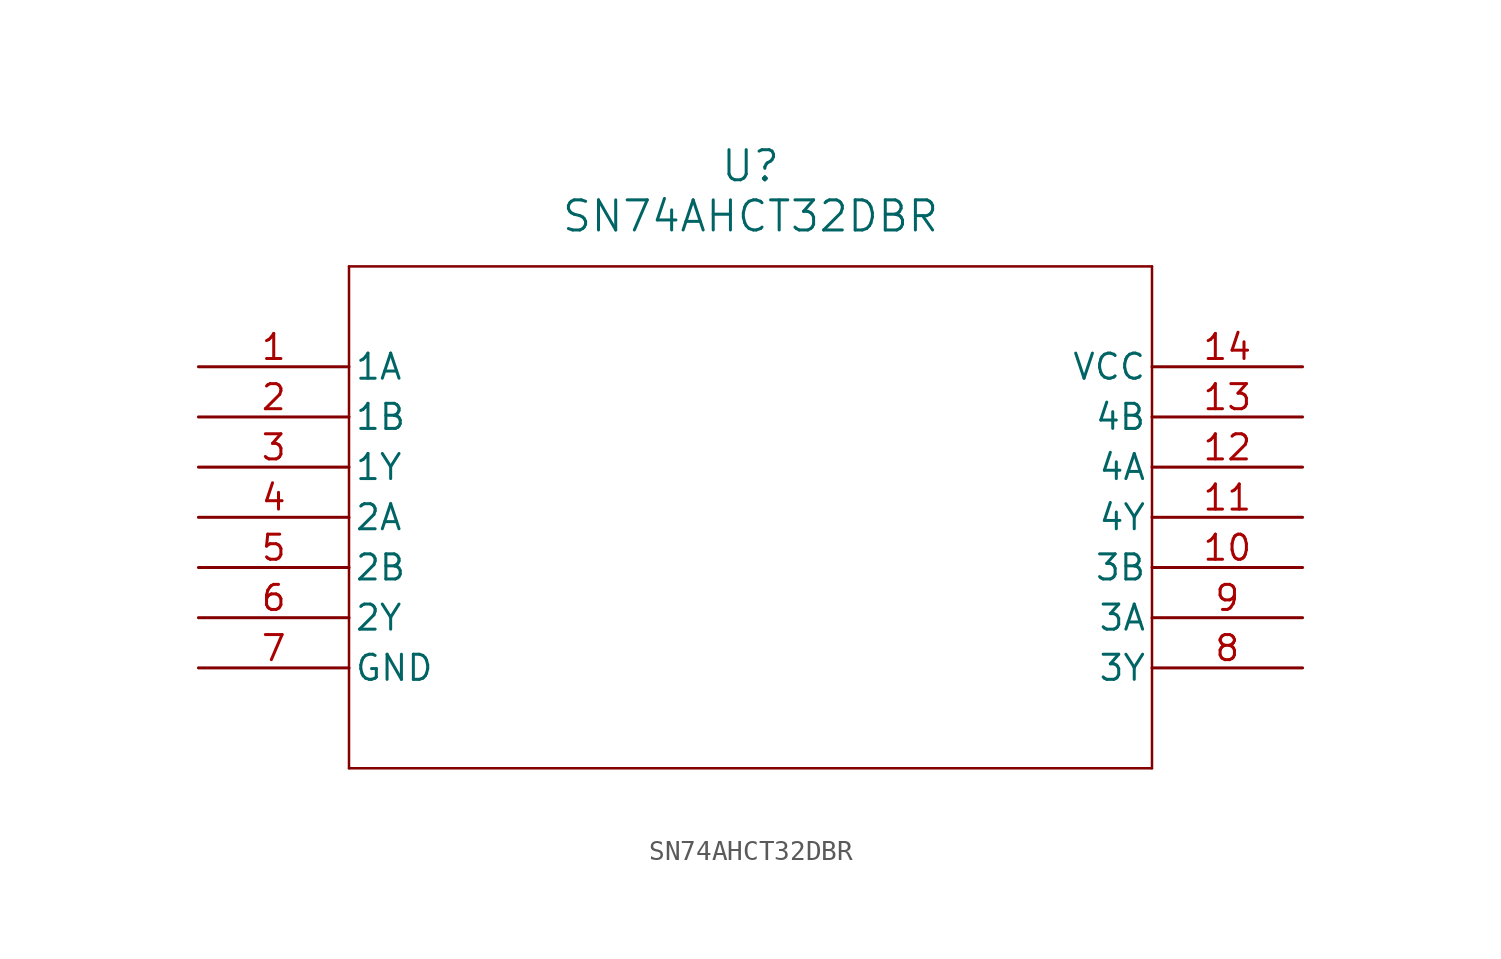
<source format=kicad_sym>
(kicad_symbol_lib
  (version 20211014)
  (generator kicad_symbol_editor)
  (symbol "SN74AHCT32DBR"
    (pin_names
      (offset 0.254))
    (property "Reference" "U"
      (at 27.94 10.16 0)
      (effects (font (size 1.524 1.524))))
    (property "Value" "SN74AHCT32DBR"
      (at 27.94 7.62 0)
      (effects (font (size 1.524 1.524))))
    (symbol "SN74AHCT32DBR_0_1"
      (polyline (pts (xy 7.62 5.08) (xy 7.62 -20.32)) (stroke (width 0.127) (type default) (color 0 0 0 0)) (fill (type none)))
      (polyline (pts (xy 7.62 -20.32) (xy 48.26 -20.32)) (stroke (width 0.127) (type default) (color 0 0 0 0)) (fill (type none)))
      (polyline (pts (xy 48.26 -20.32) (xy 48.26 5.08)) (stroke (width 0.127) (type default) (color 0 0 0 0)) (fill (type none)))
      (polyline (pts (xy 48.26 5.08) (xy 7.62 5.08)) (stroke (width 0.127) (type default) (color 0 0 0 0)) (fill (type none)))
      (pin input line (at 0 0 0) (length 7.62) (name "1A" (effects (font (size 1.27 1.27)))) (number "1" (effects (font (size 1.27 1.27)))))
      (pin input line (at 0 -2.54 0) (length 7.62) (name "1B" (effects (font (size 1.27 1.27)))) (number "2" (effects (font (size 1.27 1.27)))))
      (pin output line (at 0 -5.08 0) (length 7.62) (name "1Y" (effects (font (size 1.27 1.27)))) (number "3" (effects (font (size 1.27 1.27)))))
      (pin input line (at 0 -7.62 0) (length 7.62) (name "2A" (effects (font (size 1.27 1.27)))) (number "4" (effects (font (size 1.27 1.27)))))
      (pin input line (at 0 -10.16 0) (length 7.62) (name "2B" (effects (font (size 1.27 1.27)))) (number "5" (effects (font (size 1.27 1.27)))))
      (pin output line (at 0 -12.7 0) (length 7.62) (name "2Y" (effects (font (size 1.27 1.27)))) (number "6" (effects (font (size 1.27 1.27)))))
      (pin power_in line (at 0 -15.24 0) (length 7.62) (name "GND" (effects (font (size 1.27 1.27)))) (number "7" (effects (font (size 1.27 1.27)))))
      (pin output line (at 55.88 -15.24 180) (length 7.62) (name "3Y" (effects (font (size 1.27 1.27)))) (number "8" (effects (font (size 1.27 1.27)))))
      (pin input line (at 55.88 -12.7 180) (length 7.62) (name "3A" (effects (font (size 1.27 1.27)))) (number "9" (effects (font (size 1.27 1.27)))))
      (pin input line (at 55.88 -10.16 180) (length 7.62) (name "3B" (effects (font (size 1.27 1.27)))) (number "10" (effects (font (size 1.27 1.27)))))
      (pin output line (at 55.88 -7.62 180) (length 7.62) (name "4Y" (effects (font (size 1.27 1.27)))) (number "11" (effects (font (size 1.27 1.27)))))
      (pin input line (at 55.88 -5.08 180) (length 7.62) (name "4A" (effects (font (size 1.27 1.27)))) (number "12" (effects (font (size 1.27 1.27)))))
      (pin input line (at 55.88 -2.54 180) (length 7.62) (name "4B" (effects (font (size 1.27 1.27)))) (number "13" (effects (font (size 1.27 1.27)))))
      (pin power_in line (at 55.88 0 180) (length 7.62) (name "VCC" (effects (font (size 1.27 1.27)))) (number "14" (effects (font (size 1.27 1.27))))))))
</source>
